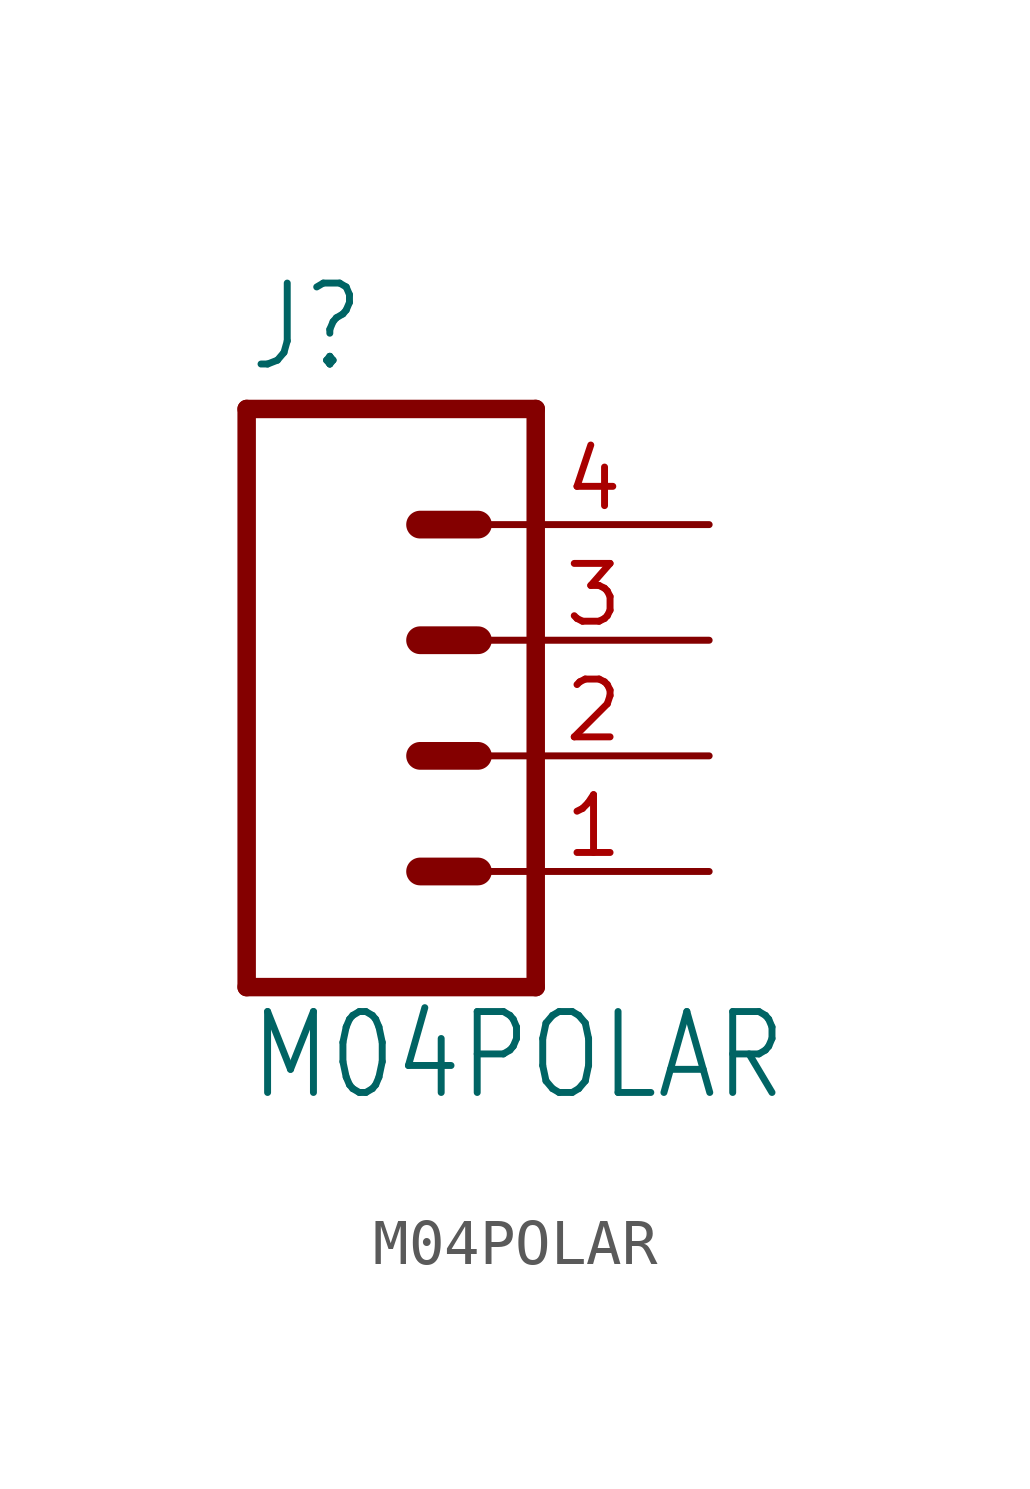
<source format=kicad_sym>
(kicad_symbol_lib
  (version 20220914)
  (generator kicad_symbol_editor)
  (symbol "M04POLAR"
    (property "Reference" "J"
      (at -5.08 8.382 0)
      (effects (font (size 1.778 1.511)) (justify left bottom)))
    (property "Value" "M04POLAR"
      (at -5.08 -7.62 0)
      (effects (font (size 1.778 1.511)) (justify left bottom)))
    (property "ki_locked" ""
      (at 0 0 0)
      (effects (font (size 1.27 1.27))))
    (symbol "M04POLAR_1_0"
      (polyline (pts (xy -5.08 7.62) (xy -5.08 -5.08)) (stroke (width 0.406) (type default)) (fill (type none)))
      (polyline (pts (xy -5.08 7.62) (xy 1.27 7.62)) (stroke (width 0.406) (type default)) (fill (type none)))
      (polyline (pts (xy -1.27 -2.54) (xy 0 -2.54)) (stroke (width 0.61) (type default)) (fill (type none)))
      (polyline (pts (xy -1.27 0) (xy 0 0)) (stroke (width 0.61) (type default)) (fill (type none)))
      (polyline (pts (xy -1.27 2.54) (xy 0 2.54)) (stroke (width 0.61) (type default)) (fill (type none)))
      (polyline (pts (xy -1.27 5.08) (xy 0 5.08)) (stroke (width 0.61) (type default)) (fill (type none)))
      (polyline (pts (xy 1.27 -5.08) (xy -5.08 -5.08)) (stroke (width 0.406) (type default)) (fill (type none)))
      (polyline (pts (xy 1.27 -5.08) (xy 1.27 7.62)) (stroke (width 0.406) (type default)) (fill (type none)))
      (pin passive line (at 5.08 -2.54 180) (length 5.08) (name "1" (effects (font (size 0 0)))) (number "1" (effects (font (size 1.27 1.27)))))
      (pin passive line (at 5.08 0 180) (length 5.08) (name "2" (effects (font (size 0 0)))) (number "2" (effects (font (size 1.27 1.27)))))
      (pin passive line (at 5.08 2.54 180) (length 5.08) (name "3" (effects (font (size 0 0)))) (number "3" (effects (font (size 1.27 1.27)))))
      (pin passive line (at 5.08 5.08 180) (length 5.08) (name "4" (effects (font (size 0 0)))) (number "4" (effects (font (size 1.27 1.27))))))))
</source>
